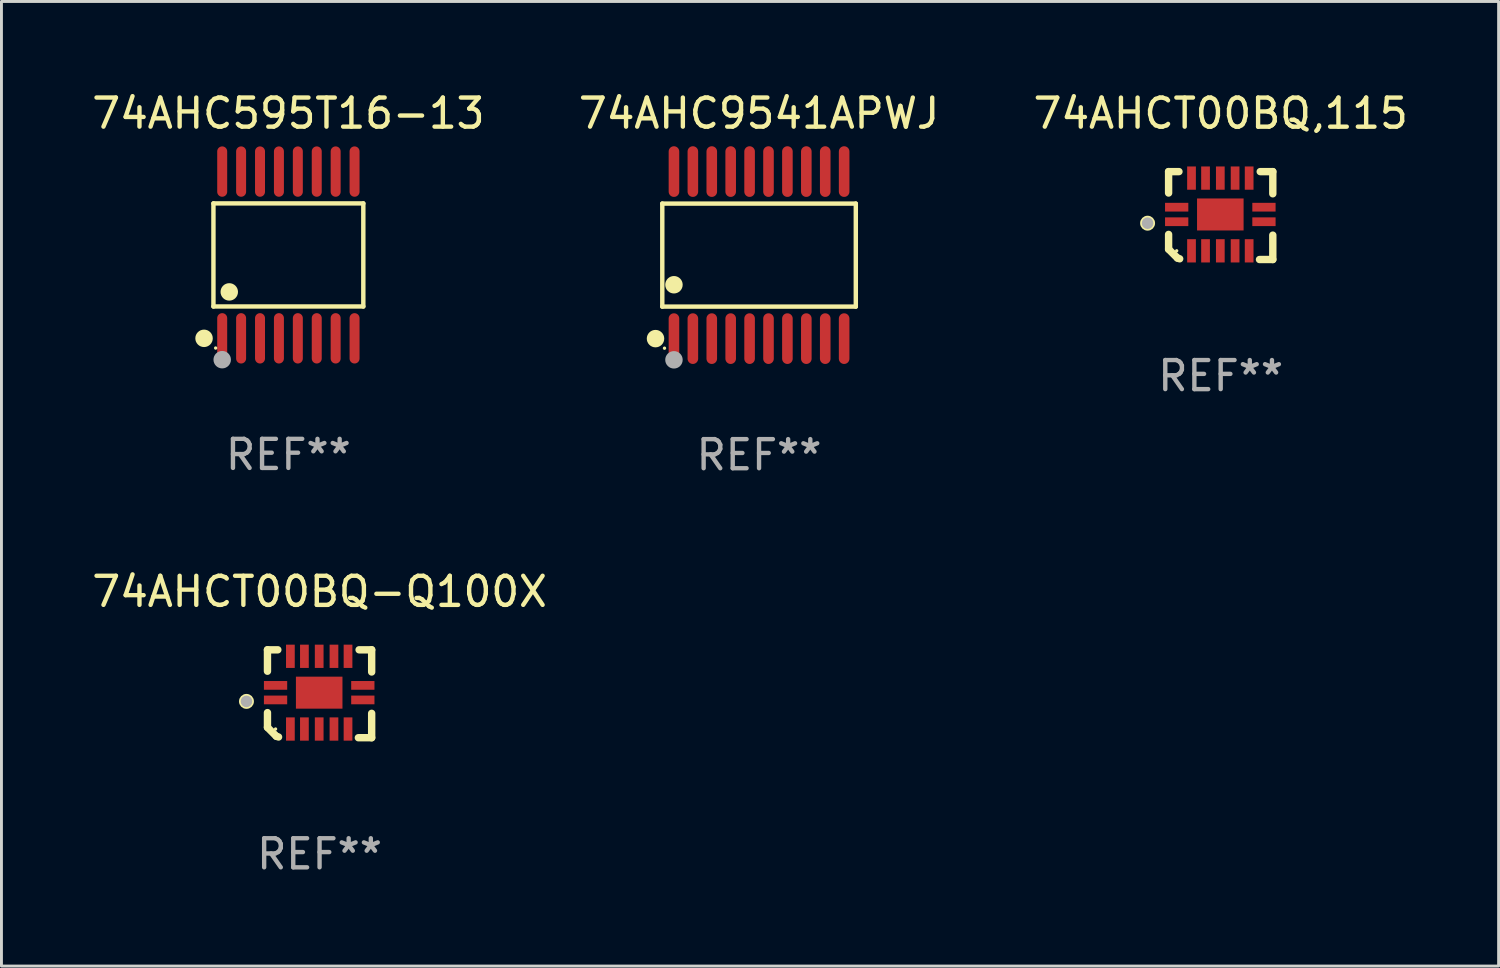
<source format=kicad_pcb>
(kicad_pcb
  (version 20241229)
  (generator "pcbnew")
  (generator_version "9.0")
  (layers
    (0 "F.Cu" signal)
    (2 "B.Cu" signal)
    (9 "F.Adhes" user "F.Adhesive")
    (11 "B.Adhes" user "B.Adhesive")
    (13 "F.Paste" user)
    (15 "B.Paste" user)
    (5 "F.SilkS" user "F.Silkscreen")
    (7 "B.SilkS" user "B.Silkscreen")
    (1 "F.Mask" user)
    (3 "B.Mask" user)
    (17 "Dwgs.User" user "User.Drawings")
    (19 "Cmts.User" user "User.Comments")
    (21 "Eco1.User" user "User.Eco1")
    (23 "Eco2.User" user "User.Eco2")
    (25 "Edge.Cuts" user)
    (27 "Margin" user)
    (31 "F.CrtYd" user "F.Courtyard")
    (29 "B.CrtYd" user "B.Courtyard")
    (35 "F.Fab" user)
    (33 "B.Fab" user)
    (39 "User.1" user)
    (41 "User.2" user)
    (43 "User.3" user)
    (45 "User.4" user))
  (footprint "74AHCT00BQ,115"
    (layer "F.Cu")
    (at 38.911 4.36)
    (property "Reference" "74AHCT00BQ,115" (at 0 -3.511 0) (layer "F.SilkS") (effects (font (size 1 1) (thickness 0.15))))
    (attr through_hole)
    (fp_line (start -1.791 -1.511) (end -1.435 -1.511) (stroke (width 0.254) (type solid)) (layer "F.SilkS"))
    (fp_line (start -1.791 -0.775) (end -1.791 -1.511) (stroke (width 0.254) (type solid)) (layer "F.SilkS"))
    (fp_line (start -1.791 1.156) (end -1.791 0.648) (stroke (width 0.254) (type solid)) (layer "F.SilkS"))
    (fp_line (start -1.486 1.461) (end -1.791 1.156) (stroke (width 0.254) (type solid)) (layer "F.SilkS"))
    (fp_line (start -1.41 1.486) (end -1.486 1.461) (stroke (width 0.254) (type solid)) (layer "F.SilkS"))
    (fp_line (start 1.334 1.511) (end 1.791 1.511) (stroke (width 0.254) (type solid)) (layer "F.SilkS"))
    (fp_line (start 1.791 -1.511) (end 1.359 -1.511) (stroke (width 0.254) (type solid)) (layer "F.SilkS"))
    (fp_line (start 1.791 -0.749) (end 1.791 -1.511) (stroke (width 0.254) (type solid)) (layer "F.SilkS"))
    (fp_line (start 1.791 1.511) (end 1.791 0.673) (stroke (width 0.254) (type solid)) (layer "F.SilkS"))
    (fp_circle (center -2.513 0.262) (end -2.383 0.262) (stroke (width 0.254) (type solid)) (fill no) (layer "F.SilkS"))
    (fp_circle (center -1.513 1.212) (end -1.483 1.212) (stroke (width 0.06) (type solid)) (fill no) (layer "F.SilkS"))
    (fp_circle (center -2.513 0.262) (end -2.413 0.262) (stroke (width 0.2) (type solid)) (fill no) (layer "F.Fab"))
    (fp_text user "REF**" (at 0 5.511 0) (layer "F.Fab") (effects (font (size 1 1) (thickness 0.15))))
    (pad "1" smd rect (at -1.513 0.212) (size 0.8 0.3) (layers "F.Cu" "F.Mask" "F.Paste"))
    (pad "2" smd rect (at -1.003 1.212) (size 0.3 0.8) (layers "F.Cu" "F.Mask" "F.Paste"))
    (pad "3" smd rect (at -0.521 1.212) (size 0.3 0.8) (layers "F.Cu" "F.Mask" "F.Paste"))
    (pad "4" smd rect (at -0.013 1.212) (size 0.3 0.8) (layers "F.Cu" "F.Mask" "F.Paste"))
    (pad "5" smd rect (at 0.495 1.212) (size 0.3 0.8) (layers "F.Cu" "F.Mask" "F.Paste"))
    (pad "6" smd rect (at 0.978 1.212) (size 0.3 0.8) (layers "F.Cu" "F.Mask" "F.Paste"))
    (pad "7" smd rect (at 1.487 0.212) (size 0.8 0.3) (layers "F.Cu" "F.Mask" "F.Paste"))
    (pad "8" smd rect (at 1.487 -0.288) (size 0.8 0.3) (layers "F.Cu" "F.Mask" "F.Paste"))
    (pad "9" smd rect (at 0.978 -1.288) (size 0.3 0.8) (layers "F.Cu" "F.Mask" "F.Paste"))
    (pad "10" smd rect (at 0.495 -1.288) (size 0.3 0.8) (layers "F.Cu" "F.Mask" "F.Paste"))
    (pad "11" smd rect (at -0.013 -1.288) (size 0.3 0.8) (layers "F.Cu" "F.Mask" "F.Paste"))
    (pad "12" smd rect (at -0.521 -1.288) (size 0.3 0.8) (layers "F.Cu" "F.Mask" "F.Paste"))
    (pad "13" smd rect (at -1.003 -1.288) (size 0.3 0.8) (layers "F.Cu" "F.Mask" "F.Paste"))
    (pad "14" smd rect (at -1.513 -0.288) (size 0.8 0.3) (layers "F.Cu" "F.Mask" "F.Paste"))
    (pad "15" smd rect (at -0.013 -0.038 90) (size 1.1 1.6) (layers "F.Cu" "F.Mask" "F.Paste")))
  (footprint "74AHC9541APWJ"
    (layer "F.Cu")
    (at 23.042 5.719)
    (property "Reference" "74AHC9541APWJ" (at 0 -4.871 0) (layer "F.SilkS") (effects (font (size 1 1) (thickness 0.15))))
    (attr through_hole)
    (fp_line (start -3.326 -1.771) (end 3.326 -1.771) (stroke (width 0.152) (type solid)) (layer "F.SilkS"))
    (fp_line (start -3.326 1.771) (end -3.326 -1.771) (stroke (width 0.152) (type solid)) (layer "F.SilkS"))
    (fp_line (start 3.326 -1.771) (end 3.326 1.771) (stroke (width 0.152) (type solid)) (layer "F.SilkS"))
    (fp_line (start 3.326 1.771) (end -3.326 1.771) (stroke (width 0.152) (type solid)) (layer "F.SilkS"))
    (fp_circle (center -3.559 2.871) (end -3.409 2.871) (stroke (width 0.3) (type solid)) (fill no) (layer "F.SilkS"))
    (fp_circle (center -3.25 3.2) (end -3.22 3.2) (stroke (width 0.06) (type solid)) (fill no) (layer "F.SilkS"))
    (fp_circle (center -2.925 1.019) (end -2.775 1.019) (stroke (width 0.3) (type solid)) (fill no) (layer "F.SilkS"))
    (fp_circle (center -2.925 3.6) (end -2.775 3.6) (stroke (width 0.3) (type solid)) (fill no) (layer "F.Fab"))
    (fp_text user "REF**" (at 0 6.871 0) (layer "F.Fab") (effects (font (size 1 1) (thickness 0.15))))
    (pad "1" smd oval (at -2.925 2.871) (size 0.364 1.742) (layers "F.Cu" "F.Mask" "F.Paste"))
    (pad "2" smd oval (at -2.275 2.871) (size 0.364 1.742) (layers "F.Cu" "F.Mask" "F.Paste"))
    (pad "3" smd oval (at -1.625 2.871) (size 0.364 1.742) (layers "F.Cu" "F.Mask" "F.Paste"))
    (pad "4" smd oval (at -0.975 2.871) (size 0.364 1.742) (layers "F.Cu" "F.Mask" "F.Paste"))
    (pad "5" smd oval (at -0.325 2.871) (size 0.364 1.742) (layers "F.Cu" "F.Mask" "F.Paste"))
    (pad "6" smd oval (at 0.325 2.871) (size 0.364 1.742) (layers "F.Cu" "F.Mask" "F.Paste"))
    (pad "7" smd oval (at 0.975 2.871) (size 0.364 1.742) (layers "F.Cu" "F.Mask" "F.Paste"))
    (pad "8" smd oval (at 1.625 2.871) (size 0.364 1.742) (layers "F.Cu" "F.Mask" "F.Paste"))
    (pad "9" smd oval (at 2.275 2.871) (size 0.364 1.742) (layers "F.Cu" "F.Mask" "F.Paste"))
    (pad "10" smd oval (at 2.925 2.871) (size 0.364 1.742) (layers "F.Cu" "F.Mask" "F.Paste"))
    (pad "11" smd oval (at 2.925 -2.871) (size 0.364 1.742) (layers "F.Cu" "F.Mask" "F.Paste"))
    (pad "12" smd oval (at 2.275 -2.871) (size 0.364 1.742) (layers "F.Cu" "F.Mask" "F.Paste"))
    (pad "13" smd oval (at 1.625 -2.871) (size 0.364 1.742) (layers "F.Cu" "F.Mask" "F.Paste"))
    (pad "14" smd oval (at 0.975 -2.871) (size 0.364 1.742) (layers "F.Cu" "F.Mask" "F.Paste"))
    (pad "15" smd oval (at 0.325 -2.871) (size 0.364 1.742) (layers "F.Cu" "F.Mask" "F.Paste"))
    (pad "16" smd oval (at -0.325 -2.871) (size 0.364 1.742) (layers "F.Cu" "F.Mask" "F.Paste"))
    (pad "17" smd oval (at -0.975 -2.871) (size 0.364 1.742) (layers "F.Cu" "F.Mask" "F.Paste"))
    (pad "18" smd oval (at -1.625 -2.871) (size 0.364 1.742) (layers "F.Cu" "F.Mask" "F.Paste"))
    (pad "19" smd oval (at -2.275 -2.871) (size 0.364 1.742) (layers "F.Cu" "F.Mask" "F.Paste"))
    (pad "20" smd oval (at -2.925 -2.871) (size 0.364 1.742) (layers "F.Cu" "F.Mask" "F.Paste")))
  (footprint "74AHC595T16-13"
    (layer "F.Cu")
    (at 6.863 5.714)
    (property "Reference" "74AHC595T16-13" (at 0 -4.866 0) (layer "F.SilkS") (effects (font (size 1 1) (thickness 0.15))))
    (attr through_hole)
    (fp_line (start -2.576 -1.772) (end 2.576 -1.772) (stroke (width 0.152) (type solid)) (layer "F.SilkS"))
    (fp_line (start -2.576 1.771) (end -2.576 -1.772) (stroke (width 0.152) (type solid)) (layer "F.SilkS"))
    (fp_line (start 2.576 -1.772) (end 2.576 1.771) (stroke (width 0.152) (type solid)) (layer "F.SilkS"))
    (fp_line (start 2.576 1.771) (end -2.576 1.771) (stroke (width 0.152) (type solid)) (layer "F.SilkS"))
    (fp_circle (center -2.899 2.866) (end -2.749 2.866) (stroke (width 0.3) (type solid)) (fill no) (layer "F.SilkS"))
    (fp_circle (center -2.5 3.2) (end -2.47 3.2) (stroke (width 0.06) (type solid)) (fill no) (layer "F.SilkS"))
    (fp_circle (center -2.032 1.27) (end -1.882 1.27) (stroke (width 0.3) (type solid)) (fill no) (layer "F.SilkS"))
    (fp_circle (center -2.275 3.6) (end -2.125 3.6) (stroke (width 0.3) (type solid)) (fill no) (layer "F.Fab"))
    (fp_text user "REF**" (at 0 6.866 0) (layer "F.Fab") (effects (font (size 1 1) (thickness 0.15))))
    (pad "1" smd oval (at -2.275 2.866) (size 0.343 1.731) (layers "F.Cu" "F.Mask" "F.Paste"))
    (pad "2" smd oval (at -1.625 2.866) (size 0.343 1.731) (layers "F.Cu" "F.Mask" "F.Paste"))
    (pad "3" smd oval (at -0.975 2.866) (size 0.343 1.731) (layers "F.Cu" "F.Mask" "F.Paste"))
    (pad "4" smd oval (at -0.325 2.866) (size 0.343 1.731) (layers "F.Cu" "F.Mask" "F.Paste"))
    (pad "5" smd oval (at 0.325 2.866) (size 0.343 1.731) (layers "F.Cu" "F.Mask" "F.Paste"))
    (pad "6" smd oval (at 0.975 2.866) (size 0.343 1.731) (layers "F.Cu" "F.Mask" "F.Paste"))
    (pad "7" smd oval (at 1.625 2.866) (size 0.343 1.731) (layers "F.Cu" "F.Mask" "F.Paste"))
    (pad "8" smd oval (at 2.275 2.866) (size 0.343 1.731) (layers "F.Cu" "F.Mask" "F.Paste"))
    (pad "9" smd oval (at 2.275 -2.866) (size 0.343 1.731) (layers "F.Cu" "F.Mask" "F.Paste"))
    (pad "10" smd oval (at 1.625 -2.866) (size 0.343 1.731) (layers "F.Cu" "F.Mask" "F.Paste"))
    (pad "11" smd oval (at 0.975 -2.866) (size 0.343 1.731) (layers "F.Cu" "F.Mask" "F.Paste"))
    (pad "12" smd oval (at 0.325 -2.866) (size 0.343 1.731) (layers "F.Cu" "F.Mask" "F.Paste"))
    (pad "13" smd oval (at -0.325 -2.866) (size 0.343 1.731) (layers "F.Cu" "F.Mask" "F.Paste"))
    (pad "14" smd oval (at -0.975 -2.866) (size 0.343 1.731) (layers "F.Cu" "F.Mask" "F.Paste"))
    (pad "15" smd oval (at -1.625 -2.866) (size 0.343 1.731) (layers "F.Cu" "F.Mask" "F.Paste"))
    (pad "16" smd oval (at -2.275 -2.866) (size 0.343 1.731) (layers "F.Cu" "F.Mask" "F.Paste")))
  (footprint "74AHCT00BQ-Q100X"
    (layer "F.Cu")
    (at 7.935 20.798)
    (property "Reference" "74AHCT00BQ-Q100X" (at 0 -3.511 0) (layer "F.SilkS") (effects (font (size 1 1) (thickness 0.15))))
    (attr through_hole)
    (fp_line (start -1.791 -1.511) (end -1.435 -1.511) (stroke (width 0.254) (type solid)) (layer "F.SilkS"))
    (fp_line (start -1.791 -0.775) (end -1.791 -1.511) (stroke (width 0.254) (type solid)) (layer "F.SilkS"))
    (fp_line (start -1.791 1.156) (end -1.791 0.648) (stroke (width 0.254) (type solid)) (layer "F.SilkS"))
    (fp_line (start -1.486 1.461) (end -1.791 1.156) (stroke (width 0.254) (type solid)) (layer "F.SilkS"))
    (fp_line (start -1.41 1.486) (end -1.486 1.461) (stroke (width 0.254) (type solid)) (layer "F.SilkS"))
    (fp_line (start 1.334 1.511) (end 1.791 1.511) (stroke (width 0.254) (type solid)) (layer "F.SilkS"))
    (fp_line (start 1.791 -1.511) (end 1.359 -1.511) (stroke (width 0.254) (type solid)) (layer "F.SilkS"))
    (fp_line (start 1.791 -0.749) (end 1.791 -1.511) (stroke (width 0.254) (type solid)) (layer "F.SilkS"))
    (fp_line (start 1.791 1.511) (end 1.791 0.673) (stroke (width 0.254) (type solid)) (layer "F.SilkS"))
    (fp_circle (center -2.513 0.262) (end -2.383 0.262) (stroke (width 0.254) (type solid)) (fill no) (layer "F.SilkS"))
    (fp_circle (center -1.513 1.212) (end -1.483 1.212) (stroke (width 0.06) (type solid)) (fill no) (layer "F.SilkS"))
    (fp_circle (center -2.513 0.262) (end -2.413 0.262) (stroke (width 0.2) (type solid)) (fill no) (layer "F.Fab"))
    (fp_text user "REF**" (at 0 5.511 0) (layer "F.Fab") (effects (font (size 1 1) (thickness 0.15))))
    (pad "1" smd rect (at -1.513 0.212) (size 0.8 0.3) (layers "F.Cu" "F.Mask" "F.Paste"))
    (pad "2" smd rect (at -1.003 1.212) (size 0.3 0.8) (layers "F.Cu" "F.Mask" "F.Paste"))
    (pad "3" smd rect (at -0.521 1.212) (size 0.3 0.8) (layers "F.Cu" "F.Mask" "F.Paste"))
    (pad "4" smd rect (at -0.013 1.212) (size 0.3 0.8) (layers "F.Cu" "F.Mask" "F.Paste"))
    (pad "5" smd rect (at 0.495 1.212) (size 0.3 0.8) (layers "F.Cu" "F.Mask" "F.Paste"))
    (pad "6" smd rect (at 0.978 1.212) (size 0.3 0.8) (layers "F.Cu" "F.Mask" "F.Paste"))
    (pad "7" smd rect (at 1.487 0.212) (size 0.8 0.3) (layers "F.Cu" "F.Mask" "F.Paste"))
    (pad "8" smd rect (at 1.487 -0.288) (size 0.8 0.3) (layers "F.Cu" "F.Mask" "F.Paste"))
    (pad "9" smd rect (at 0.978 -1.288) (size 0.3 0.8) (layers "F.Cu" "F.Mask" "F.Paste"))
    (pad "10" smd rect (at 0.495 -1.288) (size 0.3 0.8) (layers "F.Cu" "F.Mask" "F.Paste"))
    (pad "11" smd rect (at -0.013 -1.288) (size 0.3 0.8) (layers "F.Cu" "F.Mask" "F.Paste"))
    (pad "12" smd rect (at -0.521 -1.288) (size 0.3 0.8) (layers "F.Cu" "F.Mask" "F.Paste"))
    (pad "13" smd rect (at -1.003 -1.288) (size 0.3 0.8) (layers "F.Cu" "F.Mask" "F.Paste"))
    (pad "14" smd rect (at -1.513 -0.288) (size 0.8 0.3) (layers "F.Cu" "F.Mask" "F.Paste"))
    (pad "15" smd rect (at -0.013 -0.038 90) (size 1.1 1.6) (layers "F.Cu" "F.Mask" "F.Paste")))
  (gr_rect
    (start -3 -3)
    (end 48.464 30.158)
    (stroke (width 0.1) (type default))
    (fill no)
    (layer "Edge.Cuts")))
</source>
